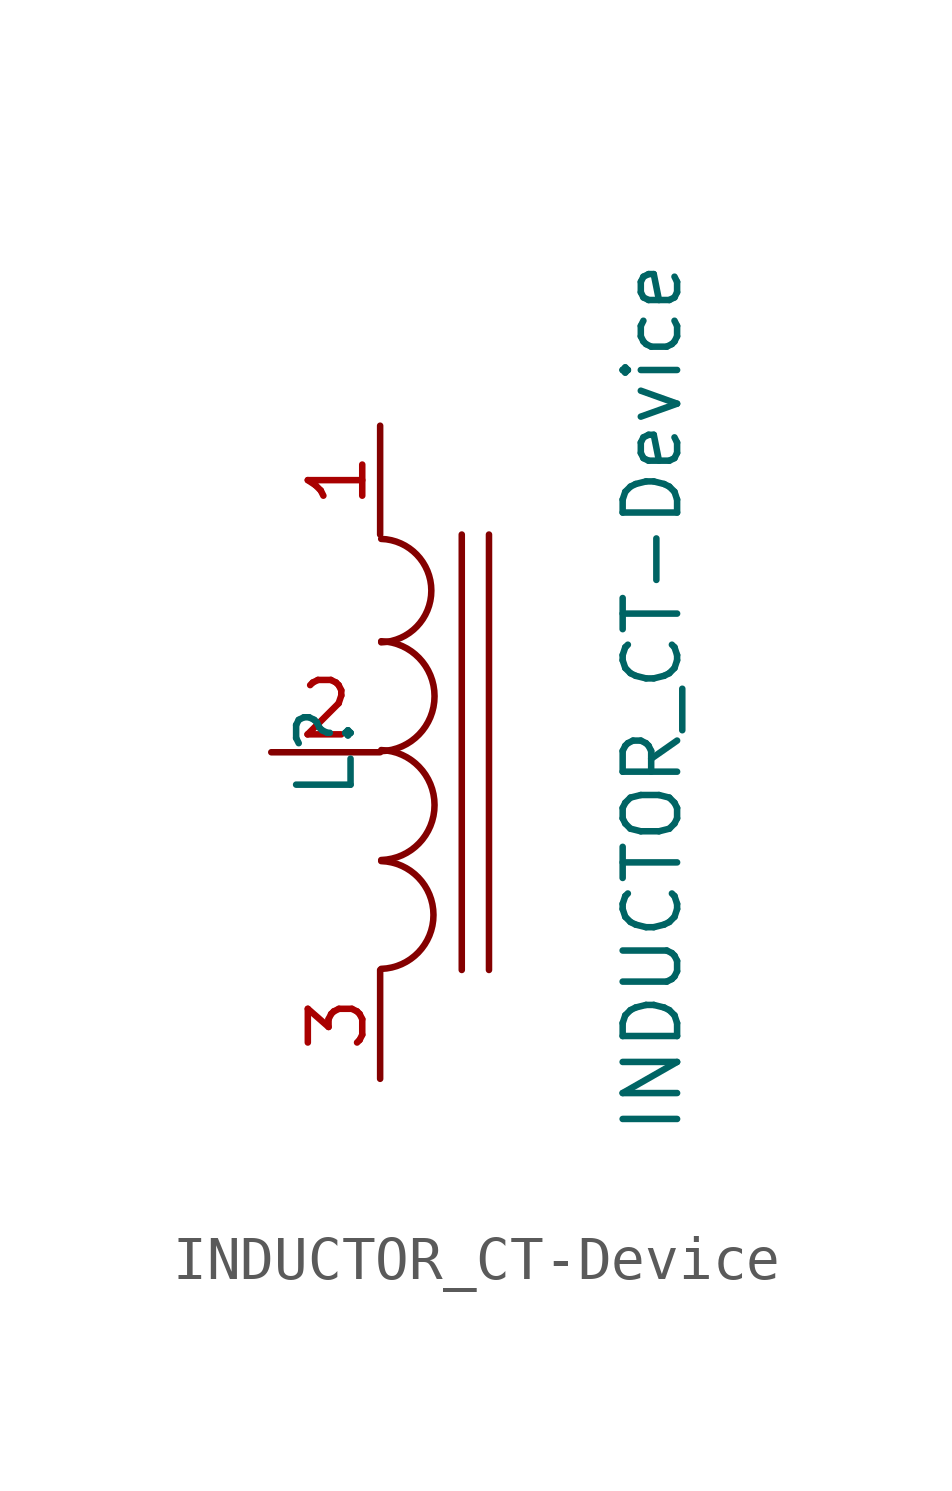
<source format=kicad_sym>
(kicad_symbol_lib
  (version 20211014)
  (generator kicad_symbol_editor)
  (symbol "INDUCTOR_CT-Device"
    (pin_names
      (offset 1.016) hide)
    (property "Reference" "L"
      (at -1.27 0 90)
      (effects (font (size 1.27 1.27))))
    (property "Value" "INDUCTOR_CT-Device"
      (at 6.35 1.27 90)
      (effects (font (size 1.27 1.27))))
    (property "Footprint" ""
      (at 0 0 0)
      (effects (font (size 1.27 1.27))))
    (property "Datasheet" ""
      (at 0 0 0)
      (effects (font (size 1.27 1.27))))
    (symbol "INDUCTOR_CT-Device_0_1"
      (polyline (pts (xy 1.905 5.08) (xy 1.905 -5.08)) (stroke (width 0) (type default) (color 0 0 0 0)) (fill (type none)))
      (polyline (pts (xy 2.54 5.08) (xy 2.54 -5.08)) (stroke (width 0) (type default) (color 0 0 0 0)) (fill (type none)))
      (arc (start 0.0254 -5.0546) (mid 1.2449 -3.8097) (end 0.0254 -2.54) (stroke (width 0) (type default) (color 0 0 0 0)) (fill (type none)))
      (arc (start 0.0254 -2.5146) (mid 1.2703 -1.2444) (end 0.0254 0.0508) (stroke (width 0) (type default) (color 0 0 0 0)) (fill (type none)))
      (arc (start 0.0254 0.0254) (mid 1.2703 1.2956) (end 0.0254 2.5908) (stroke (width 0) (type default) (color 0 0 0 0)) (fill (type none)))
      (arc (start 0.0254 2.5654) (mid 1.1941 3.7595) (end 0.0254 4.9784) (stroke (width 0) (type default) (color 0 0 0 0)) (fill (type none))))
    (symbol "INDUCTOR_CT-Device_1_1"
      (pin passive line (at 0 7.62 270) (length 2.54) (name "1" (effects (font (size 1.27 1.27)))) (number "1" (effects (font (size 1.27 1.27)))))
      (pin passive line (at -2.54 0 0) (length 2.54) (name "TAP" (effects (font (size 1.27 1.27)))) (number "2" (effects (font (size 1.27 1.27)))))
      (pin passive line (at 0 -7.62 90) (length 2.54) (name "3" (effects (font (size 1.27 1.27)))) (number "3" (effects (font (size 1.27 1.27))))))))
</source>
